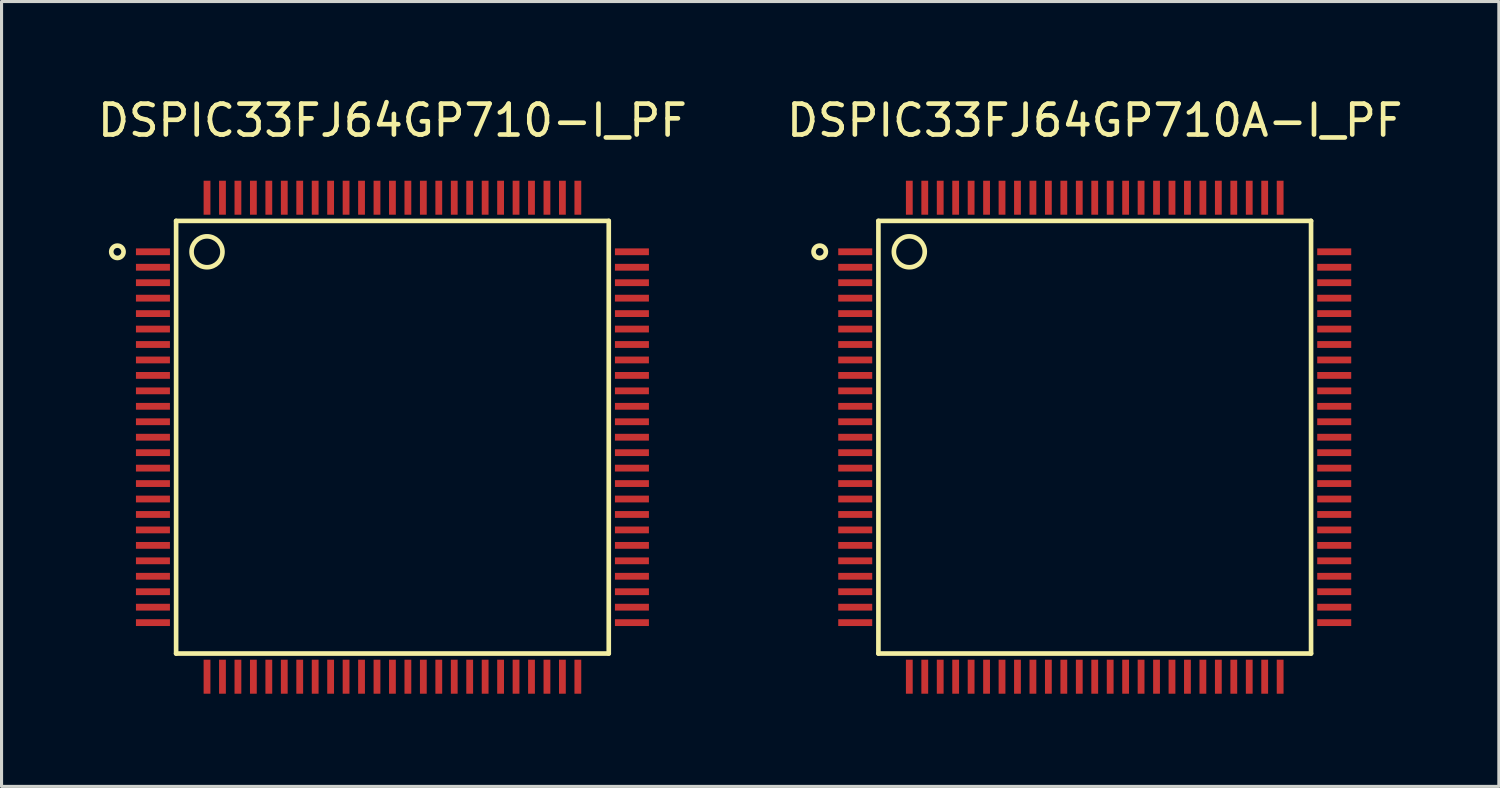
<source format=kicad_pcb>
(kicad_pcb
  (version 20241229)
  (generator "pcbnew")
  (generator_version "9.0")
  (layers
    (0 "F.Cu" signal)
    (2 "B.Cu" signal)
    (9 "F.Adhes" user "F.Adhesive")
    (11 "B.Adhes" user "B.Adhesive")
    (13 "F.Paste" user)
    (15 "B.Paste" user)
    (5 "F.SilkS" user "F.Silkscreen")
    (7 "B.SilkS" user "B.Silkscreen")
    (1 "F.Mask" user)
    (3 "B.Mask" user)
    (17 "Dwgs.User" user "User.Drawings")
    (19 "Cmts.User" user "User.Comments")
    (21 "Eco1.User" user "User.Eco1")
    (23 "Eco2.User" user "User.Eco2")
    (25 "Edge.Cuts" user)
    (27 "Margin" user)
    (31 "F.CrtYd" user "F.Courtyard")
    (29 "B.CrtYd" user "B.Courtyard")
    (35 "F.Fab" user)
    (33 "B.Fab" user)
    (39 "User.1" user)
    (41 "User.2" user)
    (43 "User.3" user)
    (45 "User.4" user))
  (footprint "DSPIC33FJ64GP710A-I_PF"
    (layer "F.Cu")
    (at 24.625 3.348)
    (property "Reference" "DSPIC33FJ64GP710A-I_PF" (at 7.75 -2.5 0) (layer "F.SilkS") (effects (font (size 1 1) (thickness 0.15))))
    (attr through_hole)
    (fp_line (start 0.75 0.75) (end 0.75 14.75) (stroke (width 0.15) (type solid)) (layer "F.SilkS"))
    (fp_line (start 0.75 0.75) (end 14.75 0.75) (stroke (width 0.15) (type solid)) (layer "F.SilkS"))
    (fp_line (start 0.75 14.75) (end 14.75 14.75) (stroke (width 0.15) (type solid)) (layer "F.SilkS"))
    (fp_line (start 14.75 14.75) (end 14.75 0.75) (stroke (width 0.15) (type solid)) (layer "F.SilkS"))
    (fp_circle (center -1.15 1.75) (end -1.15 1.55) (stroke (width 0.15) (type solid)) (fill no) (layer "F.SilkS"))
    (fp_circle (center 1.75 1.75) (end 1.75 1.25) (stroke (width 0.15) (type solid)) (fill no) (layer "F.SilkS"))
    (pad "1" smd rect (at 0 1.75) (size 1.1 0.22) (layers "F.Cu" "F.Mask" "F.Paste"))
    (pad "2" smd rect (at 0 2.25) (size 1.1 0.22) (layers "F.Cu" "F.Mask" "F.Paste"))
    (pad "3" smd rect (at 0 2.75) (size 1.1 0.22) (layers "F.Cu" "F.Mask" "F.Paste"))
    (pad "4" smd rect (at 0 3.25) (size 1.1 0.22) (layers "F.Cu" "F.Mask" "F.Paste"))
    (pad "5" smd rect (at 0 3.75) (size 1.1 0.22) (layers "F.Cu" "F.Mask" "F.Paste"))
    (pad "6" smd rect (at 0 4.25) (size 1.1 0.22) (layers "F.Cu" "F.Mask" "F.Paste"))
    (pad "7" smd rect (at 0 4.75) (size 1.1 0.22) (layers "F.Cu" "F.Mask" "F.Paste"))
    (pad "8" smd rect (at 0 5.25) (size 1.1 0.22) (layers "F.Cu" "F.Mask" "F.Paste"))
    (pad "9" smd rect (at 0 5.75) (size 1.1 0.22) (layers "F.Cu" "F.Mask" "F.Paste"))
    (pad "10" smd rect (at 0 6.25) (size 1.1 0.22) (layers "F.Cu" "F.Mask" "F.Paste"))
    (pad "11" smd rect (at 0 6.75) (size 1.1 0.22) (layers "F.Cu" "F.Mask" "F.Paste"))
    (pad "12" smd rect (at 0 7.25) (size 1.1 0.22) (layers "F.Cu" "F.Mask" "F.Paste"))
    (pad "13" smd rect (at 0 7.75) (size 1.1 0.22) (layers "F.Cu" "F.Mask" "F.Paste"))
    (pad "14" smd rect (at 0 8.25) (size 1.1 0.22) (layers "F.Cu" "F.Mask" "F.Paste"))
    (pad "15" smd rect (at 0 8.75) (size 1.1 0.22) (layers "F.Cu" "F.Mask" "F.Paste"))
    (pad "16" smd rect (at 0 9.25) (size 1.1 0.22) (layers "F.Cu" "F.Mask" "F.Paste"))
    (pad "17" smd rect (at 0 9.75) (size 1.1 0.22) (layers "F.Cu" "F.Mask" "F.Paste"))
    (pad "18" smd rect (at 0 10.25) (size 1.1 0.22) (layers "F.Cu" "F.Mask" "F.Paste"))
    (pad "19" smd rect (at 0 10.75) (size 1.1 0.22) (layers "F.Cu" "F.Mask" "F.Paste"))
    (pad "20" smd rect (at 0 11.25) (size 1.1 0.22) (layers "F.Cu" "F.Mask" "F.Paste"))
    (pad "21" smd rect (at 0 11.75) (size 1.1 0.22) (layers "F.Cu" "F.Mask" "F.Paste"))
    (pad "22" smd rect (at 0 12.25) (size 1.1 0.22) (layers "F.Cu" "F.Mask" "F.Paste"))
    (pad "23" smd rect (at 0 12.75) (size 1.1 0.22) (layers "F.Cu" "F.Mask" "F.Paste"))
    (pad "24" smd rect (at 0 13.25) (size 1.1 0.22) (layers "F.Cu" "F.Mask" "F.Paste"))
    (pad "25" smd rect (at 0 13.75) (size 1.1 0.22) (layers "F.Cu" "F.Mask" "F.Paste"))
    (pad "26" smd rect (at 1.75 15.5) (size 0.22 1.1) (layers "F.Cu" "F.Mask" "F.Paste"))
    (pad "27" smd rect (at 2.25 15.5) (size 0.22 1.1) (layers "F.Cu" "F.Mask" "F.Paste"))
    (pad "28" smd rect (at 2.75 15.5) (size 0.22 1.1) (layers "F.Cu" "F.Mask" "F.Paste"))
    (pad "29" smd rect (at 3.25 15.5) (size 0.22 1.1) (layers "F.Cu" "F.Mask" "F.Paste"))
    (pad "30" smd rect (at 3.75 15.5) (size 0.22 1.1) (layers "F.Cu" "F.Mask" "F.Paste"))
    (pad "31" smd rect (at 4.25 15.5) (size 0.22 1.1) (layers "F.Cu" "F.Mask" "F.Paste"))
    (pad "32" smd rect (at 4.75 15.5) (size 0.22 1.1) (layers "F.Cu" "F.Mask" "F.Paste"))
    (pad "33" smd rect (at 5.25 15.5) (size 0.22 1.1) (layers "F.Cu" "F.Mask" "F.Paste"))
    (pad "34" smd rect (at 5.75 15.5) (size 0.22 1.1) (layers "F.Cu" "F.Mask" "F.Paste"))
    (pad "35" smd rect (at 6.25 15.5) (size 0.22 1.1) (layers "F.Cu" "F.Mask" "F.Paste"))
    (pad "36" smd rect (at 6.75 15.5) (size 0.22 1.1) (layers "F.Cu" "F.Mask" "F.Paste"))
    (pad "37" smd rect (at 7.25 15.5) (size 0.22 1.1) (layers "F.Cu" "F.Mask" "F.Paste"))
    (pad "38" smd rect (at 7.75 15.5) (size 0.22 1.1) (layers "F.Cu" "F.Mask" "F.Paste"))
    (pad "39" smd rect (at 8.25 15.5) (size 0.22 1.1) (layers "F.Cu" "F.Mask" "F.Paste"))
    (pad "40" smd rect (at 8.75 15.5) (size 0.22 1.1) (layers "F.Cu" "F.Mask" "F.Paste"))
    (pad "41" smd rect (at 9.25 15.5) (size 0.22 1.1) (layers "F.Cu" "F.Mask" "F.Paste"))
    (pad "42" smd rect (at 9.75 15.5) (size 0.22 1.1) (layers "F.Cu" "F.Mask" "F.Paste"))
    (pad "43" smd rect (at 10.25 15.5) (size 0.22 1.1) (layers "F.Cu" "F.Mask" "F.Paste"))
    (pad "44" smd rect (at 10.75 15.5) (size 0.22 1.1) (layers "F.Cu" "F.Mask" "F.Paste"))
    (pad "45" smd rect (at 11.25 15.5) (size 0.22 1.1) (layers "F.Cu" "F.Mask" "F.Paste"))
    (pad "46" smd rect (at 11.75 15.5) (size 0.22 1.1) (layers "F.Cu" "F.Mask" "F.Paste"))
    (pad "47" smd rect (at 12.25 15.5) (size 0.22 1.1) (layers "F.Cu" "F.Mask" "F.Paste"))
    (pad "48" smd rect (at 12.75 15.5) (size 0.22 1.1) (layers "F.Cu" "F.Mask" "F.Paste"))
    (pad "49" smd rect (at 13.25 15.5) (size 0.22 1.1) (layers "F.Cu" "F.Mask" "F.Paste"))
    (pad "50" smd rect (at 13.75 15.5) (size 0.22 1.1) (layers "F.Cu" "F.Mask" "F.Paste"))
    (pad "51" smd rect (at 15.5 13.75) (size 1.1 0.22) (layers "F.Cu" "F.Mask" "F.Paste"))
    (pad "52" smd rect (at 15.5 13.25) (size 1.1 0.22) (layers "F.Cu" "F.Mask" "F.Paste"))
    (pad "53" smd rect (at 15.5 12.75) (size 1.1 0.22) (layers "F.Cu" "F.Mask" "F.Paste"))
    (pad "54" smd rect (at 15.5 12.25) (size 1.1 0.22) (layers "F.Cu" "F.Mask" "F.Paste"))
    (pad "55" smd rect (at 15.5 11.75) (size 1.1 0.22) (layers "F.Cu" "F.Mask" "F.Paste"))
    (pad "56" smd rect (at 15.5 11.25) (size 1.1 0.22) (layers "F.Cu" "F.Mask" "F.Paste"))
    (pad "57" smd rect (at 15.5 10.75) (size 1.1 0.22) (layers "F.Cu" "F.Mask" "F.Paste"))
    (pad "58" smd rect (at 15.5 10.25) (size 1.1 0.22) (layers "F.Cu" "F.Mask" "F.Paste"))
    (pad "59" smd rect (at 15.5 9.75) (size 1.1 0.22) (layers "F.Cu" "F.Mask" "F.Paste"))
    (pad "60" smd rect (at 15.5 9.25) (size 1.1 0.22) (layers "F.Cu" "F.Mask" "F.Paste"))
    (pad "61" smd rect (at 15.5 8.75) (size 1.1 0.22) (layers "F.Cu" "F.Mask" "F.Paste"))
    (pad "62" smd rect (at 15.5 8.25) (size 1.1 0.22) (layers "F.Cu" "F.Mask" "F.Paste"))
    (pad "63" smd rect (at 15.5 7.75) (size 1.1 0.22) (layers "F.Cu" "F.Mask" "F.Paste"))
    (pad "64" smd rect (at 15.5 7.25) (size 1.1 0.22) (layers "F.Cu" "F.Mask" "F.Paste"))
    (pad "65" smd rect (at 15.5 6.75) (size 1.1 0.22) (layers "F.Cu" "F.Mask" "F.Paste"))
    (pad "66" smd rect (at 15.5 6.25) (size 1.1 0.22) (layers "F.Cu" "F.Mask" "F.Paste"))
    (pad "67" smd rect (at 15.5 5.75) (size 1.1 0.22) (layers "F.Cu" "F.Mask" "F.Paste"))
    (pad "68" smd rect (at 15.5 5.25) (size 1.1 0.22) (layers "F.Cu" "F.Mask" "F.Paste"))
    (pad "69" smd rect (at 15.5 4.75) (size 1.1 0.22) (layers "F.Cu" "F.Mask" "F.Paste"))
    (pad "70" smd rect (at 15.5 4.25) (size 1.1 0.22) (layers "F.Cu" "F.Mask" "F.Paste"))
    (pad "71" smd rect (at 15.5 3.75) (size 1.1 0.22) (layers "F.Cu" "F.Mask" "F.Paste"))
    (pad "72" smd rect (at 15.5 3.25) (size 1.1 0.22) (layers "F.Cu" "F.Mask" "F.Paste"))
    (pad "73" smd rect (at 15.5 2.75) (size 1.1 0.22) (layers "F.Cu" "F.Mask" "F.Paste"))
    (pad "74" smd rect (at 15.5 2.25) (size 1.1 0.22) (layers "F.Cu" "F.Mask" "F.Paste"))
    (pad "75" smd rect (at 15.5 1.75) (size 1.1 0.22) (layers "F.Cu" "F.Mask" "F.Paste"))
    (pad "76" smd rect (at 13.75 0) (size 0.22 1.1) (layers "F.Cu" "F.Mask" "F.Paste"))
    (pad "77" smd rect (at 13.25 0) (size 0.22 1.1) (layers "F.Cu" "F.Mask" "F.Paste"))
    (pad "78" smd rect (at 12.75 0) (size 0.22 1.1) (layers "F.Cu" "F.Mask" "F.Paste"))
    (pad "79" smd rect (at 12.25 0) (size 0.22 1.1) (layers "F.Cu" "F.Mask" "F.Paste"))
    (pad "80" smd rect (at 11.75 0) (size 0.22 1.1) (layers "F.Cu" "F.Mask" "F.Paste"))
    (pad "81" smd rect (at 11.25 0) (size 0.22 1.1) (layers "F.Cu" "F.Mask" "F.Paste"))
    (pad "82" smd rect (at 10.75 0) (size 0.22 1.1) (layers "F.Cu" "F.Mask" "F.Paste"))
    (pad "83" smd rect (at 10.25 0) (size 0.22 1.1) (layers "F.Cu" "F.Mask" "F.Paste"))
    (pad "84" smd rect (at 9.75 0) (size 0.22 1.1) (layers "F.Cu" "F.Mask" "F.Paste"))
    (pad "85" smd rect (at 9.25 0) (size 0.22 1.1) (layers "F.Cu" "F.Mask" "F.Paste"))
    (pad "86" smd rect (at 8.75 0) (size 0.22 1.1) (layers "F.Cu" "F.Mask" "F.Paste"))
    (pad "87" smd rect (at 8.25 0) (size 0.22 1.1) (layers "F.Cu" "F.Mask" "F.Paste"))
    (pad "88" smd rect (at 7.75 0) (size 0.22 1.1) (layers "F.Cu" "F.Mask" "F.Paste"))
    (pad "89" smd rect (at 7.25 0) (size 0.22 1.1) (layers "F.Cu" "F.Mask" "F.Paste"))
    (pad "90" smd rect (at 6.75 0) (size 0.22 1.1) (layers "F.Cu" "F.Mask" "F.Paste"))
    (pad "91" smd rect (at 6.25 0) (size 0.22 1.1) (layers "F.Cu" "F.Mask" "F.Paste"))
    (pad "92" smd rect (at 5.75 0) (size 0.22 1.1) (layers "F.Cu" "F.Mask" "F.Paste"))
    (pad "93" smd rect (at 5.25 0) (size 0.22 1.1) (layers "F.Cu" "F.Mask" "F.Paste"))
    (pad "94" smd rect (at 4.75 0) (size 0.22 1.1) (layers "F.Cu" "F.Mask" "F.Paste"))
    (pad "95" smd rect (at 4.25 0) (size 0.22 1.1) (layers "F.Cu" "F.Mask" "F.Paste"))
    (pad "96" smd rect (at 3.75 0) (size 0.22 1.1) (layers "F.Cu" "F.Mask" "F.Paste"))
    (pad "97" smd rect (at 3.25 0) (size 0.22 1.1) (layers "F.Cu" "F.Mask" "F.Paste"))
    (pad "98" smd rect (at 2.75 0) (size 0.22 1.1) (layers "F.Cu" "F.Mask" "F.Paste"))
    (pad "99" smd rect (at 2.25 0) (size 0.22 1.1) (layers "F.Cu" "F.Mask" "F.Paste"))
    (pad "100" smd rect (at 1.75 0) (size 0.22 1.1) (layers "F.Cu" "F.Mask" "F.Paste")))
  (footprint "DSPIC33FJ64GP710-I_PF"
    (layer "F.Cu")
    (at 1.899 3.348)
    (property "Reference" "DSPIC33FJ64GP710-I_PF" (at 7.75 -2.5 0) (layer "F.SilkS") (effects (font (size 1 1) (thickness 0.15))))
    (attr through_hole)
    (fp_line (start 0.75 0.75) (end 0.75 14.75) (stroke (width 0.15) (type solid)) (layer "F.SilkS"))
    (fp_line (start 0.75 0.75) (end 14.75 0.75) (stroke (width 0.15) (type solid)) (layer "F.SilkS"))
    (fp_line (start 0.75 14.75) (end 14.75 14.75) (stroke (width 0.15) (type solid)) (layer "F.SilkS"))
    (fp_line (start 14.75 14.75) (end 14.75 0.75) (stroke (width 0.15) (type solid)) (layer "F.SilkS"))
    (fp_circle (center -1.15 1.75) (end -1.15 1.55) (stroke (width 0.15) (type solid)) (fill no) (layer "F.SilkS"))
    (fp_circle (center 1.75 1.75) (end 1.75 1.25) (stroke (width 0.15) (type solid)) (fill no) (layer "F.SilkS"))
    (pad "1" smd rect (at 0 1.75) (size 1.1 0.22) (layers "F.Cu" "F.Mask" "F.Paste"))
    (pad "2" smd rect (at 0 2.25) (size 1.1 0.22) (layers "F.Cu" "F.Mask" "F.Paste"))
    (pad "3" smd rect (at 0 2.75) (size 1.1 0.22) (layers "F.Cu" "F.Mask" "F.Paste"))
    (pad "4" smd rect (at 0 3.25) (size 1.1 0.22) (layers "F.Cu" "F.Mask" "F.Paste"))
    (pad "5" smd rect (at 0 3.75) (size 1.1 0.22) (layers "F.Cu" "F.Mask" "F.Paste"))
    (pad "6" smd rect (at 0 4.25) (size 1.1 0.22) (layers "F.Cu" "F.Mask" "F.Paste"))
    (pad "7" smd rect (at 0 4.75) (size 1.1 0.22) (layers "F.Cu" "F.Mask" "F.Paste"))
    (pad "8" smd rect (at 0 5.25) (size 1.1 0.22) (layers "F.Cu" "F.Mask" "F.Paste"))
    (pad "9" smd rect (at 0 5.75) (size 1.1 0.22) (layers "F.Cu" "F.Mask" "F.Paste"))
    (pad "10" smd rect (at 0 6.25) (size 1.1 0.22) (layers "F.Cu" "F.Mask" "F.Paste"))
    (pad "11" smd rect (at 0 6.75) (size 1.1 0.22) (layers "F.Cu" "F.Mask" "F.Paste"))
    (pad "12" smd rect (at 0 7.25) (size 1.1 0.22) (layers "F.Cu" "F.Mask" "F.Paste"))
    (pad "13" smd rect (at 0 7.75) (size 1.1 0.22) (layers "F.Cu" "F.Mask" "F.Paste"))
    (pad "14" smd rect (at 0 8.25) (size 1.1 0.22) (layers "F.Cu" "F.Mask" "F.Paste"))
    (pad "15" smd rect (at 0 8.75) (size 1.1 0.22) (layers "F.Cu" "F.Mask" "F.Paste"))
    (pad "16" smd rect (at 0 9.25) (size 1.1 0.22) (layers "F.Cu" "F.Mask" "F.Paste"))
    (pad "17" smd rect (at 0 9.75) (size 1.1 0.22) (layers "F.Cu" "F.Mask" "F.Paste"))
    (pad "18" smd rect (at 0 10.25) (size 1.1 0.22) (layers "F.Cu" "F.Mask" "F.Paste"))
    (pad "19" smd rect (at 0 10.75) (size 1.1 0.22) (layers "F.Cu" "F.Mask" "F.Paste"))
    (pad "20" smd rect (at 0 11.25) (size 1.1 0.22) (layers "F.Cu" "F.Mask" "F.Paste"))
    (pad "21" smd rect (at 0 11.75) (size 1.1 0.22) (layers "F.Cu" "F.Mask" "F.Paste"))
    (pad "22" smd rect (at 0 12.25) (size 1.1 0.22) (layers "F.Cu" "F.Mask" "F.Paste"))
    (pad "23" smd rect (at 0 12.75) (size 1.1 0.22) (layers "F.Cu" "F.Mask" "F.Paste"))
    (pad "24" smd rect (at 0 13.25) (size 1.1 0.22) (layers "F.Cu" "F.Mask" "F.Paste"))
    (pad "25" smd rect (at 0 13.75) (size 1.1 0.22) (layers "F.Cu" "F.Mask" "F.Paste"))
    (pad "26" smd rect (at 1.75 15.5) (size 0.22 1.1) (layers "F.Cu" "F.Mask" "F.Paste"))
    (pad "27" smd rect (at 2.25 15.5) (size 0.22 1.1) (layers "F.Cu" "F.Mask" "F.Paste"))
    (pad "28" smd rect (at 2.75 15.5) (size 0.22 1.1) (layers "F.Cu" "F.Mask" "F.Paste"))
    (pad "29" smd rect (at 3.25 15.5) (size 0.22 1.1) (layers "F.Cu" "F.Mask" "F.Paste"))
    (pad "30" smd rect (at 3.75 15.5) (size 0.22 1.1) (layers "F.Cu" "F.Mask" "F.Paste"))
    (pad "31" smd rect (at 4.25 15.5) (size 0.22 1.1) (layers "F.Cu" "F.Mask" "F.Paste"))
    (pad "32" smd rect (at 4.75 15.5) (size 0.22 1.1) (layers "F.Cu" "F.Mask" "F.Paste"))
    (pad "33" smd rect (at 5.25 15.5) (size 0.22 1.1) (layers "F.Cu" "F.Mask" "F.Paste"))
    (pad "34" smd rect (at 5.75 15.5) (size 0.22 1.1) (layers "F.Cu" "F.Mask" "F.Paste"))
    (pad "35" smd rect (at 6.25 15.5) (size 0.22 1.1) (layers "F.Cu" "F.Mask" "F.Paste"))
    (pad "36" smd rect (at 6.75 15.5) (size 0.22 1.1) (layers "F.Cu" "F.Mask" "F.Paste"))
    (pad "37" smd rect (at 7.25 15.5) (size 0.22 1.1) (layers "F.Cu" "F.Mask" "F.Paste"))
    (pad "38" smd rect (at 7.75 15.5) (size 0.22 1.1) (layers "F.Cu" "F.Mask" "F.Paste"))
    (pad "39" smd rect (at 8.25 15.5) (size 0.22 1.1) (layers "F.Cu" "F.Mask" "F.Paste"))
    (pad "40" smd rect (at 8.75 15.5) (size 0.22 1.1) (layers "F.Cu" "F.Mask" "F.Paste"))
    (pad "41" smd rect (at 9.25 15.5) (size 0.22 1.1) (layers "F.Cu" "F.Mask" "F.Paste"))
    (pad "42" smd rect (at 9.75 15.5) (size 0.22 1.1) (layers "F.Cu" "F.Mask" "F.Paste"))
    (pad "43" smd rect (at 10.25 15.5) (size 0.22 1.1) (layers "F.Cu" "F.Mask" "F.Paste"))
    (pad "44" smd rect (at 10.75 15.5) (size 0.22 1.1) (layers "F.Cu" "F.Mask" "F.Paste"))
    (pad "45" smd rect (at 11.25 15.5) (size 0.22 1.1) (layers "F.Cu" "F.Mask" "F.Paste"))
    (pad "46" smd rect (at 11.75 15.5) (size 0.22 1.1) (layers "F.Cu" "F.Mask" "F.Paste"))
    (pad "47" smd rect (at 12.25 15.5) (size 0.22 1.1) (layers "F.Cu" "F.Mask" "F.Paste"))
    (pad "48" smd rect (at 12.75 15.5) (size 0.22 1.1) (layers "F.Cu" "F.Mask" "F.Paste"))
    (pad "49" smd rect (at 13.25 15.5) (size 0.22 1.1) (layers "F.Cu" "F.Mask" "F.Paste"))
    (pad "50" smd rect (at 13.75 15.5) (size 0.22 1.1) (layers "F.Cu" "F.Mask" "F.Paste"))
    (pad "51" smd rect (at 15.5 13.75) (size 1.1 0.22) (layers "F.Cu" "F.Mask" "F.Paste"))
    (pad "52" smd rect (at 15.5 13.25) (size 1.1 0.22) (layers "F.Cu" "F.Mask" "F.Paste"))
    (pad "53" smd rect (at 15.5 12.75) (size 1.1 0.22) (layers "F.Cu" "F.Mask" "F.Paste"))
    (pad "54" smd rect (at 15.5 12.25) (size 1.1 0.22) (layers "F.Cu" "F.Mask" "F.Paste"))
    (pad "55" smd rect (at 15.5 11.75) (size 1.1 0.22) (layers "F.Cu" "F.Mask" "F.Paste"))
    (pad "56" smd rect (at 15.5 11.25) (size 1.1 0.22) (layers "F.Cu" "F.Mask" "F.Paste"))
    (pad "57" smd rect (at 15.5 10.75) (size 1.1 0.22) (layers "F.Cu" "F.Mask" "F.Paste"))
    (pad "58" smd rect (at 15.5 10.25) (size 1.1 0.22) (layers "F.Cu" "F.Mask" "F.Paste"))
    (pad "59" smd rect (at 15.5 9.75) (size 1.1 0.22) (layers "F.Cu" "F.Mask" "F.Paste"))
    (pad "60" smd rect (at 15.5 9.25) (size 1.1 0.22) (layers "F.Cu" "F.Mask" "F.Paste"))
    (pad "61" smd rect (at 15.5 8.75) (size 1.1 0.22) (layers "F.Cu" "F.Mask" "F.Paste"))
    (pad "62" smd rect (at 15.5 8.25) (size 1.1 0.22) (layers "F.Cu" "F.Mask" "F.Paste"))
    (pad "63" smd rect (at 15.5 7.75) (size 1.1 0.22) (layers "F.Cu" "F.Mask" "F.Paste"))
    (pad "64" smd rect (at 15.5 7.25) (size 1.1 0.22) (layers "F.Cu" "F.Mask" "F.Paste"))
    (pad "65" smd rect (at 15.5 6.75) (size 1.1 0.22) (layers "F.Cu" "F.Mask" "F.Paste"))
    (pad "66" smd rect (at 15.5 6.25) (size 1.1 0.22) (layers "F.Cu" "F.Mask" "F.Paste"))
    (pad "67" smd rect (at 15.5 5.75) (size 1.1 0.22) (layers "F.Cu" "F.Mask" "F.Paste"))
    (pad "68" smd rect (at 15.5 5.25) (size 1.1 0.22) (layers "F.Cu" "F.Mask" "F.Paste"))
    (pad "69" smd rect (at 15.5 4.75) (size 1.1 0.22) (layers "F.Cu" "F.Mask" "F.Paste"))
    (pad "70" smd rect (at 15.5 4.25) (size 1.1 0.22) (layers "F.Cu" "F.Mask" "F.Paste"))
    (pad "71" smd rect (at 15.5 3.75) (size 1.1 0.22) (layers "F.Cu" "F.Mask" "F.Paste"))
    (pad "72" smd rect (at 15.5 3.25) (size 1.1 0.22) (layers "F.Cu" "F.Mask" "F.Paste"))
    (pad "73" smd rect (at 15.5 2.75) (size 1.1 0.22) (layers "F.Cu" "F.Mask" "F.Paste"))
    (pad "74" smd rect (at 15.5 2.25) (size 1.1 0.22) (layers "F.Cu" "F.Mask" "F.Paste"))
    (pad "75" smd rect (at 15.5 1.75) (size 1.1 0.22) (layers "F.Cu" "F.Mask" "F.Paste"))
    (pad "76" smd rect (at 13.75 0) (size 0.22 1.1) (layers "F.Cu" "F.Mask" "F.Paste"))
    (pad "77" smd rect (at 13.25 0) (size 0.22 1.1) (layers "F.Cu" "F.Mask" "F.Paste"))
    (pad "78" smd rect (at 12.75 0) (size 0.22 1.1) (layers "F.Cu" "F.Mask" "F.Paste"))
    (pad "79" smd rect (at 12.25 0) (size 0.22 1.1) (layers "F.Cu" "F.Mask" "F.Paste"))
    (pad "80" smd rect (at 11.75 0) (size 0.22 1.1) (layers "F.Cu" "F.Mask" "F.Paste"))
    (pad "81" smd rect (at 11.25 0) (size 0.22 1.1) (layers "F.Cu" "F.Mask" "F.Paste"))
    (pad "82" smd rect (at 10.75 0) (size 0.22 1.1) (layers "F.Cu" "F.Mask" "F.Paste"))
    (pad "83" smd rect (at 10.25 0) (size 0.22 1.1) (layers "F.Cu" "F.Mask" "F.Paste"))
    (pad "84" smd rect (at 9.75 0) (size 0.22 1.1) (layers "F.Cu" "F.Mask" "F.Paste"))
    (pad "85" smd rect (at 9.25 0) (size 0.22 1.1) (layers "F.Cu" "F.Mask" "F.Paste"))
    (pad "86" smd rect (at 8.75 0) (size 0.22 1.1) (layers "F.Cu" "F.Mask" "F.Paste"))
    (pad "87" smd rect (at 8.25 0) (size 0.22 1.1) (layers "F.Cu" "F.Mask" "F.Paste"))
    (pad "88" smd rect (at 7.75 0) (size 0.22 1.1) (layers "F.Cu" "F.Mask" "F.Paste"))
    (pad "89" smd rect (at 7.25 0) (size 0.22 1.1) (layers "F.Cu" "F.Mask" "F.Paste"))
    (pad "90" smd rect (at 6.75 0) (size 0.22 1.1) (layers "F.Cu" "F.Mask" "F.Paste"))
    (pad "91" smd rect (at 6.25 0) (size 0.22 1.1) (layers "F.Cu" "F.Mask" "F.Paste"))
    (pad "92" smd rect (at 5.75 0) (size 0.22 1.1) (layers "F.Cu" "F.Mask" "F.Paste"))
    (pad "93" smd rect (at 5.25 0) (size 0.22 1.1) (layers "F.Cu" "F.Mask" "F.Paste"))
    (pad "94" smd rect (at 4.75 0) (size 0.22 1.1) (layers "F.Cu" "F.Mask" "F.Paste"))
    (pad "95" smd rect (at 4.25 0) (size 0.22 1.1) (layers "F.Cu" "F.Mask" "F.Paste"))
    (pad "96" smd rect (at 3.75 0) (size 0.22 1.1) (layers "F.Cu" "F.Mask" "F.Paste"))
    (pad "97" smd rect (at 3.25 0) (size 0.22 1.1) (layers "F.Cu" "F.Mask" "F.Paste"))
    (pad "98" smd rect (at 2.75 0) (size 0.22 1.1) (layers "F.Cu" "F.Mask" "F.Paste"))
    (pad "99" smd rect (at 2.25 0) (size 0.22 1.1) (layers "F.Cu" "F.Mask" "F.Paste"))
    (pad "100" smd rect (at 1.75 0) (size 0.22 1.1) (layers "F.Cu" "F.Mask" "F.Paste")))
  (gr_rect
    (start -3 -3)
    (end 45.452 22.398)
    (stroke (width 0.1) (type default))
    (fill no)
    (layer "Edge.Cuts")))
</source>
